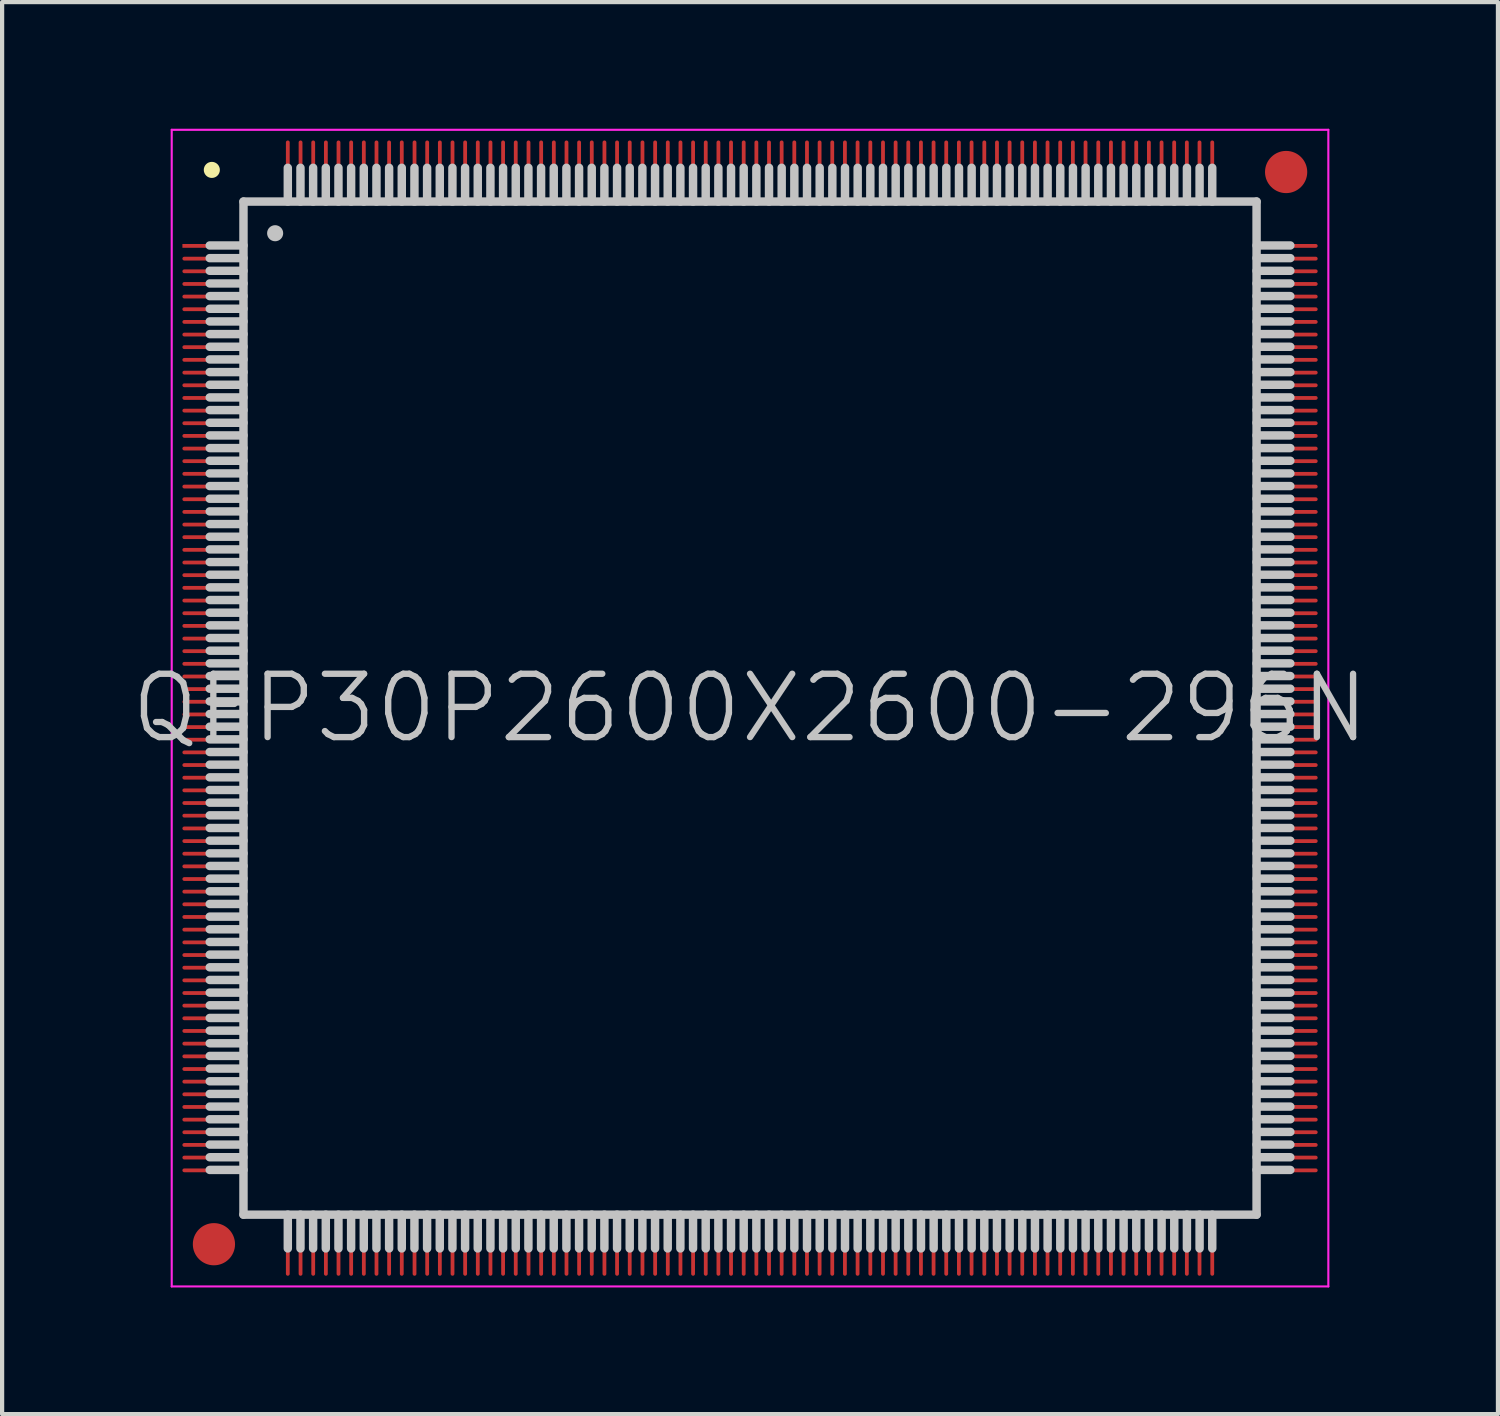
<source format=kicad_pcb>
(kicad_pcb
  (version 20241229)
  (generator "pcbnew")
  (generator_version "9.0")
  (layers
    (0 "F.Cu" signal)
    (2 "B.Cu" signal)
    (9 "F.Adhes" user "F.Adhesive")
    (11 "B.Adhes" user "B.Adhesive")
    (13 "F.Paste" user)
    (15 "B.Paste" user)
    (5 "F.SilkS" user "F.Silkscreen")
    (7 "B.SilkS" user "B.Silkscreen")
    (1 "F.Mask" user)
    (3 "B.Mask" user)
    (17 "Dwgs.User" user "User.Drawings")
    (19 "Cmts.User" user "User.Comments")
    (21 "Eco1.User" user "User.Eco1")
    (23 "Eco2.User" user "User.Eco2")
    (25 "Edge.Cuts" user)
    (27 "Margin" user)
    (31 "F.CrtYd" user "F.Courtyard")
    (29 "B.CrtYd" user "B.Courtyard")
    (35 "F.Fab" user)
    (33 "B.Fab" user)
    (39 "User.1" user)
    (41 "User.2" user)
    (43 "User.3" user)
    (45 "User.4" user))
  (footprint "QFP30P2600X2600-296N"
    (layer "F.Cu")
    (at 14.718 13.725)
    (property "Reference" "QFP30P2600X2600-296N" (at 0 0 0) (layer "Dwgs.User") (effects (font (size 1.5 1.5) (thickness 0.15))))
    (attr smd)
    (fp_line (start -12.75 -12.75) (end -12.75 -12.75) (stroke (width 0.381) (type solid)) (layer "F.SilkS"))
    (fp_line (start -12 -12) (end -12 12) (stroke (width 0.2) (type solid)) (layer "Dwgs.User"))
    (fp_line (start -12 -12) (end 12 -12) (stroke (width 0.2) (type solid)) (layer "Dwgs.User"))
    (fp_line (start -12 -10.96) (end -12.8 -10.96) (stroke (width 0.2) (type solid)) (layer "Dwgs.User"))
    (fp_line (start -12 -10.66) (end -12.8 -10.66) (stroke (width 0.2) (type solid)) (layer "Dwgs.User"))
    (fp_line (start -12 -10.36) (end -12.8 -10.36) (stroke (width 0.2) (type solid)) (layer "Dwgs.User"))
    (fp_line (start -12 -10.06) (end -12.8 -10.06) (stroke (width 0.2) (type solid)) (layer "Dwgs.User"))
    (fp_line (start -12 -9.76) (end -12.8 -9.76) (stroke (width 0.2) (type solid)) (layer "Dwgs.User"))
    (fp_line (start -12 -9.46) (end -12.8 -9.46) (stroke (width 0.2) (type solid)) (layer "Dwgs.User"))
    (fp_line (start -12 -9.16) (end -12.8 -9.16) (stroke (width 0.2) (type solid)) (layer "Dwgs.User"))
    (fp_line (start -12 -8.86) (end -12.8 -8.86) (stroke (width 0.2) (type solid)) (layer "Dwgs.User"))
    (fp_line (start -12 -8.56) (end -12.8 -8.56) (stroke (width 0.2) (type solid)) (layer "Dwgs.User"))
    (fp_line (start -12 -8.26) (end -12.8 -8.26) (stroke (width 0.2) (type solid)) (layer "Dwgs.User"))
    (fp_line (start -12 -7.96) (end -12.8 -7.96) (stroke (width 0.2) (type solid)) (layer "Dwgs.User"))
    (fp_line (start -12 -7.66) (end -12.8 -7.66) (stroke (width 0.2) (type solid)) (layer "Dwgs.User"))
    (fp_line (start -12 -7.36) (end -12.8 -7.36) (stroke (width 0.2) (type solid)) (layer "Dwgs.User"))
    (fp_line (start -12 -7.06) (end -12.8 -7.06) (stroke (width 0.2) (type solid)) (layer "Dwgs.User"))
    (fp_line (start -12 -6.76) (end -12.8 -6.76) (stroke (width 0.2) (type solid)) (layer "Dwgs.User"))
    (fp_line (start -12 -6.46) (end -12.8 -6.46) (stroke (width 0.2) (type solid)) (layer "Dwgs.User"))
    (fp_line (start -12 -6.16) (end -12.8 -6.16) (stroke (width 0.2) (type solid)) (layer "Dwgs.User"))
    (fp_line (start -12 -5.86) (end -12.8 -5.86) (stroke (width 0.2) (type solid)) (layer "Dwgs.User"))
    (fp_line (start -12 -5.56) (end -12.8 -5.56) (stroke (width 0.2) (type solid)) (layer "Dwgs.User"))
    (fp_line (start -12 -5.26) (end -12.8 -5.26) (stroke (width 0.2) (type solid)) (layer "Dwgs.User"))
    (fp_line (start -12 -4.96) (end -12.8 -4.96) (stroke (width 0.2) (type solid)) (layer "Dwgs.User"))
    (fp_line (start -12 -4.66) (end -12.8 -4.66) (stroke (width 0.2) (type solid)) (layer "Dwgs.User"))
    (fp_line (start -12 -4.36) (end -12.8 -4.36) (stroke (width 0.2) (type solid)) (layer "Dwgs.User"))
    (fp_line (start -12 -4.06) (end -12.8 -4.06) (stroke (width 0.2) (type solid)) (layer "Dwgs.User"))
    (fp_line (start -12 -3.76) (end -12.8 -3.76) (stroke (width 0.2) (type solid)) (layer "Dwgs.User"))
    (fp_line (start -12 -3.46) (end -12.8 -3.46) (stroke (width 0.2) (type solid)) (layer "Dwgs.User"))
    (fp_line (start -12 -3.16) (end -12.8 -3.16) (stroke (width 0.2) (type solid)) (layer "Dwgs.User"))
    (fp_line (start -12 -2.86) (end -12.8 -2.86) (stroke (width 0.2) (type solid)) (layer "Dwgs.User"))
    (fp_line (start -12 -2.56) (end -12.8 -2.56) (stroke (width 0.2) (type solid)) (layer "Dwgs.User"))
    (fp_line (start -12 -2.26) (end -12.8 -2.26) (stroke (width 0.2) (type solid)) (layer "Dwgs.User"))
    (fp_line (start -12 -1.96) (end -12.8 -1.96) (stroke (width 0.2) (type solid)) (layer "Dwgs.User"))
    (fp_line (start -12 -1.66) (end -12.8 -1.66) (stroke (width 0.2) (type solid)) (layer "Dwgs.User"))
    (fp_line (start -12 -1.36) (end -12.8 -1.36) (stroke (width 0.2) (type solid)) (layer "Dwgs.User"))
    (fp_line (start -12 -1.06) (end -12.8 -1.06) (stroke (width 0.2) (type solid)) (layer "Dwgs.User"))
    (fp_line (start -12 -0.76) (end -12.8 -0.76) (stroke (width 0.2) (type solid)) (layer "Dwgs.User"))
    (fp_line (start -12 -0.46) (end -12.8 -0.46) (stroke (width 0.2) (type solid)) (layer "Dwgs.User"))
    (fp_line (start -12 -0.16) (end -12.8 -0.16) (stroke (width 0.2) (type solid)) (layer "Dwgs.User"))
    (fp_line (start -12 0.14) (end -12.8 0.14) (stroke (width 0.2) (type solid)) (layer "Dwgs.User"))
    (fp_line (start -12 0.44) (end -12.8 0.44) (stroke (width 0.2) (type solid)) (layer "Dwgs.User"))
    (fp_line (start -12 0.74) (end -12.8 0.74) (stroke (width 0.2) (type solid)) (layer "Dwgs.User"))
    (fp_line (start -12 1.04) (end -12.8 1.04) (stroke (width 0.2) (type solid)) (layer "Dwgs.User"))
    (fp_line (start -12 1.34) (end -12.8 1.34) (stroke (width 0.2) (type solid)) (layer "Dwgs.User"))
    (fp_line (start -12 1.64) (end -12.8 1.64) (stroke (width 0.2) (type solid)) (layer "Dwgs.User"))
    (fp_line (start -12 1.94) (end -12.8 1.94) (stroke (width 0.2) (type solid)) (layer "Dwgs.User"))
    (fp_line (start -12 2.24) (end -12.8 2.24) (stroke (width 0.2) (type solid)) (layer "Dwgs.User"))
    (fp_line (start -12 2.54) (end -12.8 2.54) (stroke (width 0.2) (type solid)) (layer "Dwgs.User"))
    (fp_line (start -12 2.84) (end -12.8 2.84) (stroke (width 0.2) (type solid)) (layer "Dwgs.User"))
    (fp_line (start -12 3.14) (end -12.8 3.14) (stroke (width 0.2) (type solid)) (layer "Dwgs.User"))
    (fp_line (start -12 3.44) (end -12.8 3.44) (stroke (width 0.2) (type solid)) (layer "Dwgs.User"))
    (fp_line (start -12 3.74) (end -12.8 3.74) (stroke (width 0.2) (type solid)) (layer "Dwgs.User"))
    (fp_line (start -12 4.04) (end -12.8 4.04) (stroke (width 0.2) (type solid)) (layer "Dwgs.User"))
    (fp_line (start -12 4.34) (end -12.8 4.34) (stroke (width 0.2) (type solid)) (layer "Dwgs.User"))
    (fp_line (start -12 4.64) (end -12.8 4.64) (stroke (width 0.2) (type solid)) (layer "Dwgs.User"))
    (fp_line (start -12 4.94) (end -12.8 4.94) (stroke (width 0.2) (type solid)) (layer "Dwgs.User"))
    (fp_line (start -12 5.24) (end -12.8 5.24) (stroke (width 0.2) (type solid)) (layer "Dwgs.User"))
    (fp_line (start -12 5.54) (end -12.8 5.54) (stroke (width 0.2) (type solid)) (layer "Dwgs.User"))
    (fp_line (start -12 5.84) (end -12.8 5.84) (stroke (width 0.2) (type solid)) (layer "Dwgs.User"))
    (fp_line (start -12 6.14) (end -12.8 6.14) (stroke (width 0.2) (type solid)) (layer "Dwgs.User"))
    (fp_line (start -12 6.44) (end -12.8 6.44) (stroke (width 0.2) (type solid)) (layer "Dwgs.User"))
    (fp_line (start -12 6.74) (end -12.8 6.74) (stroke (width 0.2) (type solid)) (layer "Dwgs.User"))
    (fp_line (start -12 7.04) (end -12.8 7.04) (stroke (width 0.2) (type solid)) (layer "Dwgs.User"))
    (fp_line (start -12 7.34) (end -12.8 7.34) (stroke (width 0.2) (type solid)) (layer "Dwgs.User"))
    (fp_line (start -12 7.64) (end -12.8 7.64) (stroke (width 0.2) (type solid)) (layer "Dwgs.User"))
    (fp_line (start -12 7.94) (end -12.8 7.94) (stroke (width 0.2) (type solid)) (layer "Dwgs.User"))
    (fp_line (start -12 8.24) (end -12.8 8.24) (stroke (width 0.2) (type solid)) (layer "Dwgs.User"))
    (fp_line (start -12 8.54) (end -12.8 8.54) (stroke (width 0.2) (type solid)) (layer "Dwgs.User"))
    (fp_line (start -12 8.84) (end -12.8 8.84) (stroke (width 0.2) (type solid)) (layer "Dwgs.User"))
    (fp_line (start -12 9.14) (end -12.8 9.14) (stroke (width 0.2) (type solid)) (layer "Dwgs.User"))
    (fp_line (start -12 9.44) (end -12.8 9.44) (stroke (width 0.2) (type solid)) (layer "Dwgs.User"))
    (fp_line (start -12 9.74) (end -12.8 9.74) (stroke (width 0.2) (type solid)) (layer "Dwgs.User"))
    (fp_line (start -12 10.04) (end -12.8 10.04) (stroke (width 0.2) (type solid)) (layer "Dwgs.User"))
    (fp_line (start -12 10.34) (end -12.8 10.34) (stroke (width 0.2) (type solid)) (layer "Dwgs.User"))
    (fp_line (start -12 10.64) (end -12.8 10.64) (stroke (width 0.2) (type solid)) (layer "Dwgs.User"))
    (fp_line (start -12 10.94) (end -12.8 10.94) (stroke (width 0.2) (type solid)) (layer "Dwgs.User"))
    (fp_line (start -12 12) (end 12 12) (stroke (width 0.2) (type solid)) (layer "Dwgs.User"))
    (fp_line (start -11.25 -11.25) (end -11.25 -11.25) (stroke (width 0.381) (type solid)) (layer "Dwgs.User"))
    (fp_line (start -10.95 -12) (end -10.95 -12.8) (stroke (width 0.2) (type solid)) (layer "Dwgs.User"))
    (fp_line (start -10.95 12.8) (end -10.95 12) (stroke (width 0.2) (type solid)) (layer "Dwgs.User"))
    (fp_line (start -10.65 -12) (end -10.65 -12.8) (stroke (width 0.2) (type solid)) (layer "Dwgs.User"))
    (fp_line (start -10.65 12.8) (end -10.65 12) (stroke (width 0.2) (type solid)) (layer "Dwgs.User"))
    (fp_line (start -10.35 -12) (end -10.35 -12.8) (stroke (width 0.2) (type solid)) (layer "Dwgs.User"))
    (fp_line (start -10.35 12.8) (end -10.35 12) (stroke (width 0.2) (type solid)) (layer "Dwgs.User"))
    (fp_line (start -10.05 -12) (end -10.05 -12.8) (stroke (width 0.2) (type solid)) (layer "Dwgs.User"))
    (fp_line (start -10.05 12.8) (end -10.05 12) (stroke (width 0.2) (type solid)) (layer "Dwgs.User"))
    (fp_line (start -9.75 -12) (end -9.75 -12.8) (stroke (width 0.2) (type solid)) (layer "Dwgs.User"))
    (fp_line (start -9.75 12.8) (end -9.75 12) (stroke (width 0.2) (type solid)) (layer "Dwgs.User"))
    (fp_line (start -9.45 -12) (end -9.45 -12.8) (stroke (width 0.2) (type solid)) (layer "Dwgs.User"))
    (fp_line (start -9.45 12.8) (end -9.45 12) (stroke (width 0.2) (type solid)) (layer "Dwgs.User"))
    (fp_line (start -9.15 -12) (end -9.15 -12.8) (stroke (width 0.2) (type solid)) (layer "Dwgs.User"))
    (fp_line (start -9.15 12.8) (end -9.15 12) (stroke (width 0.2) (type solid)) (layer "Dwgs.User"))
    (fp_line (start -8.85 -12) (end -8.85 -12.8) (stroke (width 0.2) (type solid)) (layer "Dwgs.User"))
    (fp_line (start -8.85 12.8) (end -8.85 12) (stroke (width 0.2) (type solid)) (layer "Dwgs.User"))
    (fp_line (start -8.55 -12) (end -8.55 -12.8) (stroke (width 0.2) (type solid)) (layer "Dwgs.User"))
    (fp_line (start -8.55 12.8) (end -8.55 12) (stroke (width 0.2) (type solid)) (layer "Dwgs.User"))
    (fp_line (start -8.25 -12) (end -8.25 -12.8) (stroke (width 0.2) (type solid)) (layer "Dwgs.User"))
    (fp_line (start -8.25 12.8) (end -8.25 12) (stroke (width 0.2) (type solid)) (layer "Dwgs.User"))
    (fp_line (start -7.95 -12) (end -7.95 -12.8) (stroke (width 0.2) (type solid)) (layer "Dwgs.User"))
    (fp_line (start -7.95 12.8) (end -7.95 12) (stroke (width 0.2) (type solid)) (layer "Dwgs.User"))
    (fp_line (start -7.65 -12) (end -7.65 -12.8) (stroke (width 0.2) (type solid)) (layer "Dwgs.User"))
    (fp_line (start -7.65 12.8) (end -7.65 12) (stroke (width 0.2) (type solid)) (layer "Dwgs.User"))
    (fp_line (start -7.35 -12) (end -7.35 -12.8) (stroke (width 0.2) (type solid)) (layer "Dwgs.User"))
    (fp_line (start -7.35 12.8) (end -7.35 12) (stroke (width 0.2) (type solid)) (layer "Dwgs.User"))
    (fp_line (start -7.05 -12) (end -7.05 -12.8) (stroke (width 0.2) (type solid)) (layer "Dwgs.User"))
    (fp_line (start -7.05 12.8) (end -7.05 12) (stroke (width 0.2) (type solid)) (layer "Dwgs.User"))
    (fp_line (start -6.75 -12) (end -6.75 -12.8) (stroke (width 0.2) (type solid)) (layer "Dwgs.User"))
    (fp_line (start -6.75 12.8) (end -6.75 12) (stroke (width 0.2) (type solid)) (layer "Dwgs.User"))
    (fp_line (start -6.45 -12) (end -6.45 -12.8) (stroke (width 0.2) (type solid)) (layer "Dwgs.User"))
    (fp_line (start -6.45 12.8) (end -6.45 12) (stroke (width 0.2) (type solid)) (layer "Dwgs.User"))
    (fp_line (start -6.15 -12) (end -6.15 -12.8) (stroke (width 0.2) (type solid)) (layer "Dwgs.User"))
    (fp_line (start -6.15 12.8) (end -6.15 12) (stroke (width 0.2) (type solid)) (layer "Dwgs.User"))
    (fp_line (start -5.85 -12) (end -5.85 -12.8) (stroke (width 0.2) (type solid)) (layer "Dwgs.User"))
    (fp_line (start -5.85 12.8) (end -5.85 12) (stroke (width 0.2) (type solid)) (layer "Dwgs.User"))
    (fp_line (start -5.55 -12) (end -5.55 -12.8) (stroke (width 0.2) (type solid)) (layer "Dwgs.User"))
    (fp_line (start -5.55 12.8) (end -5.55 12) (stroke (width 0.2) (type solid)) (layer "Dwgs.User"))
    (fp_line (start -5.25 -12) (end -5.25 -12.8) (stroke (width 0.2) (type solid)) (layer "Dwgs.User"))
    (fp_line (start -5.25 12.8) (end -5.25 12) (stroke (width 0.2) (type solid)) (layer "Dwgs.User"))
    (fp_line (start -4.95 -12) (end -4.95 -12.8) (stroke (width 0.2) (type solid)) (layer "Dwgs.User"))
    (fp_line (start -4.95 12.8) (end -4.95 12) (stroke (width 0.2) (type solid)) (layer "Dwgs.User"))
    (fp_line (start -4.65 -12) (end -4.65 -12.8) (stroke (width 0.2) (type solid)) (layer "Dwgs.User"))
    (fp_line (start -4.65 12.8) (end -4.65 12) (stroke (width 0.2) (type solid)) (layer "Dwgs.User"))
    (fp_line (start -4.35 -12) (end -4.35 -12.8) (stroke (width 0.2) (type solid)) (layer "Dwgs.User"))
    (fp_line (start -4.35 12.8) (end -4.35 12) (stroke (width 0.2) (type solid)) (layer "Dwgs.User"))
    (fp_line (start -4.05 -12) (end -4.05 -12.8) (stroke (width 0.2) (type solid)) (layer "Dwgs.User"))
    (fp_line (start -4.05 12.8) (end -4.05 12) (stroke (width 0.2) (type solid)) (layer "Dwgs.User"))
    (fp_line (start -3.75 -12) (end -3.75 -12.8) (stroke (width 0.2) (type solid)) (layer "Dwgs.User"))
    (fp_line (start -3.75 12.8) (end -3.75 12) (stroke (width 0.2) (type solid)) (layer "Dwgs.User"))
    (fp_line (start -3.45 -12) (end -3.45 -12.8) (stroke (width 0.2) (type solid)) (layer "Dwgs.User"))
    (fp_line (start -3.45 12.8) (end -3.45 12) (stroke (width 0.2) (type solid)) (layer "Dwgs.User"))
    (fp_line (start -3.15 -12) (end -3.15 -12.8) (stroke (width 0.2) (type solid)) (layer "Dwgs.User"))
    (fp_line (start -3.15 12.8) (end -3.15 12) (stroke (width 0.2) (type solid)) (layer "Dwgs.User"))
    (fp_line (start -2.85 -12) (end -2.85 -12.8) (stroke (width 0.2) (type solid)) (layer "Dwgs.User"))
    (fp_line (start -2.85 12.8) (end -2.85 12) (stroke (width 0.2) (type solid)) (layer "Dwgs.User"))
    (fp_line (start -2.55 -12) (end -2.55 -12.8) (stroke (width 0.2) (type solid)) (layer "Dwgs.User"))
    (fp_line (start -2.55 12.8) (end -2.55 12) (stroke (width 0.2) (type solid)) (layer "Dwgs.User"))
    (fp_line (start -2.25 -12) (end -2.25 -12.8) (stroke (width 0.2) (type solid)) (layer "Dwgs.User"))
    (fp_line (start -2.25 12.8) (end -2.25 12) (stroke (width 0.2) (type solid)) (layer "Dwgs.User"))
    (fp_line (start -1.95 -12) (end -1.95 -12.8) (stroke (width 0.2) (type solid)) (layer "Dwgs.User"))
    (fp_line (start -1.95 12.8) (end -1.95 12) (stroke (width 0.2) (type solid)) (layer "Dwgs.User"))
    (fp_line (start -1.65 -12) (end -1.65 -12.8) (stroke (width 0.2) (type solid)) (layer "Dwgs.User"))
    (fp_line (start -1.65 12.8) (end -1.65 12) (stroke (width 0.2) (type solid)) (layer "Dwgs.User"))
    (fp_line (start -1.35 -12) (end -1.35 -12.8) (stroke (width 0.2) (type solid)) (layer "Dwgs.User"))
    (fp_line (start -1.35 12.8) (end -1.35 12) (stroke (width 0.2) (type solid)) (layer "Dwgs.User"))
    (fp_line (start -1.05 -12) (end -1.05 -12.8) (stroke (width 0.2) (type solid)) (layer "Dwgs.User"))
    (fp_line (start -1.05 12.8) (end -1.05 12) (stroke (width 0.2) (type solid)) (layer "Dwgs.User"))
    (fp_line (start -0.75 -12) (end -0.75 -12.8) (stroke (width 0.2) (type solid)) (layer "Dwgs.User"))
    (fp_line (start -0.75 12.8) (end -0.75 12) (stroke (width 0.2) (type solid)) (layer "Dwgs.User"))
    (fp_line (start -0.45 -12) (end -0.45 -12.8) (stroke (width 0.2) (type solid)) (layer "Dwgs.User"))
    (fp_line (start -0.45 12.8) (end -0.45 12) (stroke (width 0.2) (type solid)) (layer "Dwgs.User"))
    (fp_line (start -0.15 -12) (end -0.15 -12.8) (stroke (width 0.2) (type solid)) (layer "Dwgs.User"))
    (fp_line (start -0.15 12.8) (end -0.15 12) (stroke (width 0.2) (type solid)) (layer "Dwgs.User"))
    (fp_line (start 0.15 -12) (end 0.15 -12.8) (stroke (width 0.2) (type solid)) (layer "Dwgs.User"))
    (fp_line (start 0.15 12.8) (end 0.15 12) (stroke (width 0.2) (type solid)) (layer "Dwgs.User"))
    (fp_line (start 0.45 -12) (end 0.45 -12.8) (stroke (width 0.2) (type solid)) (layer "Dwgs.User"))
    (fp_line (start 0.45 12.8) (end 0.45 12) (stroke (width 0.2) (type solid)) (layer "Dwgs.User"))
    (fp_line (start 0.75 -12) (end 0.75 -12.8) (stroke (width 0.2) (type solid)) (layer "Dwgs.User"))
    (fp_line (start 0.75 12.8) (end 0.75 12) (stroke (width 0.2) (type solid)) (layer "Dwgs.User"))
    (fp_line (start 1.05 -12) (end 1.05 -12.8) (stroke (width 0.2) (type solid)) (layer "Dwgs.User"))
    (fp_line (start 1.05 12.8) (end 1.05 12) (stroke (width 0.2) (type solid)) (layer "Dwgs.User"))
    (fp_line (start 1.35 -12) (end 1.35 -12.8) (stroke (width 0.2) (type solid)) (layer "Dwgs.User"))
    (fp_line (start 1.35 12.8) (end 1.35 12) (stroke (width 0.2) (type solid)) (layer "Dwgs.User"))
    (fp_line (start 1.65 -12) (end 1.65 -12.8) (stroke (width 0.2) (type solid)) (layer "Dwgs.User"))
    (fp_line (start 1.65 12.8) (end 1.65 12) (stroke (width 0.2) (type solid)) (layer "Dwgs.User"))
    (fp_line (start 1.95 -12) (end 1.95 -12.8) (stroke (width 0.2) (type solid)) (layer "Dwgs.User"))
    (fp_line (start 1.95 12.8) (end 1.95 12) (stroke (width 0.2) (type solid)) (layer "Dwgs.User"))
    (fp_line (start 2.25 -12) (end 2.25 -12.8) (stroke (width 0.2) (type solid)) (layer "Dwgs.User"))
    (fp_line (start 2.25 12.8) (end 2.25 12) (stroke (width 0.2) (type solid)) (layer "Dwgs.User"))
    (fp_line (start 2.55 -12) (end 2.55 -12.8) (stroke (width 0.2) (type solid)) (layer "Dwgs.User"))
    (fp_line (start 2.55 12.8) (end 2.55 12) (stroke (width 0.2) (type solid)) (layer "Dwgs.User"))
    (fp_line (start 2.85 -12) (end 2.85 -12.8) (stroke (width 0.2) (type solid)) (layer "Dwgs.User"))
    (fp_line (start 2.85 12.8) (end 2.85 12) (stroke (width 0.2) (type solid)) (layer "Dwgs.User"))
    (fp_line (start 3.15 -12) (end 3.15 -12.8) (stroke (width 0.2) (type solid)) (layer "Dwgs.User"))
    (fp_line (start 3.15 12.8) (end 3.15 12) (stroke (width 0.2) (type solid)) (layer "Dwgs.User"))
    (fp_line (start 3.45 -12) (end 3.45 -12.8) (stroke (width 0.2) (type solid)) (layer "Dwgs.User"))
    (fp_line (start 3.45 12.8) (end 3.45 12) (stroke (width 0.2) (type solid)) (layer "Dwgs.User"))
    (fp_line (start 3.75 -12) (end 3.75 -12.8) (stroke (width 0.2) (type solid)) (layer "Dwgs.User"))
    (fp_line (start 3.75 12.8) (end 3.75 12) (stroke (width 0.2) (type solid)) (layer "Dwgs.User"))
    (fp_line (start 4.05 -12) (end 4.05 -12.8) (stroke (width 0.2) (type solid)) (layer "Dwgs.User"))
    (fp_line (start 4.05 12.8) (end 4.05 12) (stroke (width 0.2) (type solid)) (layer "Dwgs.User"))
    (fp_line (start 4.35 -12) (end 4.35 -12.8) (stroke (width 0.2) (type solid)) (layer "Dwgs.User"))
    (fp_line (start 4.35 12.8) (end 4.35 12) (stroke (width 0.2) (type solid)) (layer "Dwgs.User"))
    (fp_line (start 4.65 -12) (end 4.65 -12.8) (stroke (width 0.2) (type solid)) (layer "Dwgs.User"))
    (fp_line (start 4.65 12.8) (end 4.65 12) (stroke (width 0.2) (type solid)) (layer "Dwgs.User"))
    (fp_line (start 4.95 -12) (end 4.95 -12.8) (stroke (width 0.2) (type solid)) (layer "Dwgs.User"))
    (fp_line (start 4.95 12.8) (end 4.95 12) (stroke (width 0.2) (type solid)) (layer "Dwgs.User"))
    (fp_line (start 5.25 -12) (end 5.25 -12.8) (stroke (width 0.2) (type solid)) (layer "Dwgs.User"))
    (fp_line (start 5.25 12.8) (end 5.25 12) (stroke (width 0.2) (type solid)) (layer "Dwgs.User"))
    (fp_line (start 5.55 -12) (end 5.55 -12.8) (stroke (width 0.2) (type solid)) (layer "Dwgs.User"))
    (fp_line (start 5.55 12.8) (end 5.55 12) (stroke (width 0.2) (type solid)) (layer "Dwgs.User"))
    (fp_line (start 5.85 -12) (end 5.85 -12.8) (stroke (width 0.2) (type solid)) (layer "Dwgs.User"))
    (fp_line (start 5.85 12.8) (end 5.85 12) (stroke (width 0.2) (type solid)) (layer "Dwgs.User"))
    (fp_line (start 6.15 -12) (end 6.15 -12.8) (stroke (width 0.2) (type solid)) (layer "Dwgs.User"))
    (fp_line (start 6.15 12.8) (end 6.15 12) (stroke (width 0.2) (type solid)) (layer "Dwgs.User"))
    (fp_line (start 6.45 -12) (end 6.45 -12.8) (stroke (width 0.2) (type solid)) (layer "Dwgs.User"))
    (fp_line (start 6.45 12.8) (end 6.45 12) (stroke (width 0.2) (type solid)) (layer "Dwgs.User"))
    (fp_line (start 6.75 -12) (end 6.75 -12.8) (stroke (width 0.2) (type solid)) (layer "Dwgs.User"))
    (fp_line (start 6.75 12.8) (end 6.75 12) (stroke (width 0.2) (type solid)) (layer "Dwgs.User"))
    (fp_line (start 7.05 -12) (end 7.05 -12.8) (stroke (width 0.2) (type solid)) (layer "Dwgs.User"))
    (fp_line (start 7.05 12.8) (end 7.05 12) (stroke (width 0.2) (type solid)) (layer "Dwgs.User"))
    (fp_line (start 7.35 -12) (end 7.35 -12.8) (stroke (width 0.2) (type solid)) (layer "Dwgs.User"))
    (fp_line (start 7.35 12.8) (end 7.35 12) (stroke (width 0.2) (type solid)) (layer "Dwgs.User"))
    (fp_line (start 7.65 -12) (end 7.65 -12.8) (stroke (width 0.2) (type solid)) (layer "Dwgs.User"))
    (fp_line (start 7.65 12.8) (end 7.65 12) (stroke (width 0.2) (type solid)) (layer "Dwgs.User"))
    (fp_line (start 7.95 -12) (end 7.95 -12.8) (stroke (width 0.2) (type solid)) (layer "Dwgs.User"))
    (fp_line (start 7.95 12.8) (end 7.95 12) (stroke (width 0.2) (type solid)) (layer "Dwgs.User"))
    (fp_line (start 8.25 -12) (end 8.25 -12.8) (stroke (width 0.2) (type solid)) (layer "Dwgs.User"))
    (fp_line (start 8.25 12.8) (end 8.25 12) (stroke (width 0.2) (type solid)) (layer "Dwgs.User"))
    (fp_line (start 8.55 -12) (end 8.55 -12.8) (stroke (width 0.2) (type solid)) (layer "Dwgs.User"))
    (fp_line (start 8.55 12.8) (end 8.55 12) (stroke (width 0.2) (type solid)) (layer "Dwgs.User"))
    (fp_line (start 8.85 -12) (end 8.85 -12.8) (stroke (width 0.2) (type solid)) (layer "Dwgs.User"))
    (fp_line (start 8.85 12.8) (end 8.85 12) (stroke (width 0.2) (type solid)) (layer "Dwgs.User"))
    (fp_line (start 9.15 -12) (end 9.15 -12.8) (stroke (width 0.2) (type solid)) (layer "Dwgs.User"))
    (fp_line (start 9.15 12.8) (end 9.15 12) (stroke (width 0.2) (type solid)) (layer "Dwgs.User"))
    (fp_line (start 9.45 -12) (end 9.45 -12.8) (stroke (width 0.2) (type solid)) (layer "Dwgs.User"))
    (fp_line (start 9.45 12.8) (end 9.45 12) (stroke (width 0.2) (type solid)) (layer "Dwgs.User"))
    (fp_line (start 9.75 -12) (end 9.75 -12.8) (stroke (width 0.2) (type solid)) (layer "Dwgs.User"))
    (fp_line (start 9.75 12.8) (end 9.75 12) (stroke (width 0.2) (type solid)) (layer "Dwgs.User"))
    (fp_line (start 10.05 -12) (end 10.05 -12.8) (stroke (width 0.2) (type solid)) (layer "Dwgs.User"))
    (fp_line (start 10.05 12.8) (end 10.05 12) (stroke (width 0.2) (type solid)) (layer "Dwgs.User"))
    (fp_line (start 10.35 -12) (end 10.35 -12.8) (stroke (width 0.2) (type solid)) (layer "Dwgs.User"))
    (fp_line (start 10.35 12.8) (end 10.35 12) (stroke (width 0.2) (type solid)) (layer "Dwgs.User"))
    (fp_line (start 10.65 -12) (end 10.65 -12.8) (stroke (width 0.2) (type solid)) (layer "Dwgs.User"))
    (fp_line (start 10.65 12.8) (end 10.65 12) (stroke (width 0.2) (type solid)) (layer "Dwgs.User"))
    (fp_line (start 10.95 -12) (end 10.95 -12.8) (stroke (width 0.2) (type solid)) (layer "Dwgs.User"))
    (fp_line (start 10.95 12.8) (end 10.95 12) (stroke (width 0.2) (type solid)) (layer "Dwgs.User"))
    (fp_line (start 12 -12) (end 12 12) (stroke (width 0.2) (type solid)) (layer "Dwgs.User"))
    (fp_line (start 12.8 -10.96) (end 12 -10.96) (stroke (width 0.2) (type solid)) (layer "Dwgs.User"))
    (fp_line (start 12.8 -10.66) (end 12 -10.66) (stroke (width 0.2) (type solid)) (layer "Dwgs.User"))
    (fp_line (start 12.8 -10.36) (end 12 -10.36) (stroke (width 0.2) (type solid)) (layer "Dwgs.User"))
    (fp_line (start 12.8 -10.06) (end 12 -10.06) (stroke (width 0.2) (type solid)) (layer "Dwgs.User"))
    (fp_line (start 12.8 -9.76) (end 12 -9.76) (stroke (width 0.2) (type solid)) (layer "Dwgs.User"))
    (fp_line (start 12.8 -9.46) (end 12 -9.46) (stroke (width 0.2) (type solid)) (layer "Dwgs.User"))
    (fp_line (start 12.8 -9.16) (end 12 -9.16) (stroke (width 0.2) (type solid)) (layer "Dwgs.User"))
    (fp_line (start 12.8 -8.86) (end 12 -8.86) (stroke (width 0.2) (type solid)) (layer "Dwgs.User"))
    (fp_line (start 12.8 -8.56) (end 12 -8.56) (stroke (width 0.2) (type solid)) (layer "Dwgs.User"))
    (fp_line (start 12.8 -8.26) (end 12 -8.26) (stroke (width 0.2) (type solid)) (layer "Dwgs.User"))
    (fp_line (start 12.8 -7.96) (end 12 -7.96) (stroke (width 0.2) (type solid)) (layer "Dwgs.User"))
    (fp_line (start 12.8 -7.66) (end 12 -7.66) (stroke (width 0.2) (type solid)) (layer "Dwgs.User"))
    (fp_line (start 12.8 -7.36) (end 12 -7.36) (stroke (width 0.2) (type solid)) (layer "Dwgs.User"))
    (fp_line (start 12.8 -7.06) (end 12 -7.06) (stroke (width 0.2) (type solid)) (layer "Dwgs.User"))
    (fp_line (start 12.8 -6.76) (end 12 -6.76) (stroke (width 0.2) (type solid)) (layer "Dwgs.User"))
    (fp_line (start 12.8 -6.46) (end 12 -6.46) (stroke (width 0.2) (type solid)) (layer "Dwgs.User"))
    (fp_line (start 12.8 -6.16) (end 12 -6.16) (stroke (width 0.2) (type solid)) (layer "Dwgs.User"))
    (fp_line (start 12.8 -5.86) (end 12 -5.86) (stroke (width 0.2) (type solid)) (layer "Dwgs.User"))
    (fp_line (start 12.8 -5.56) (end 12 -5.56) (stroke (width 0.2) (type solid)) (layer "Dwgs.User"))
    (fp_line (start 12.8 -5.26) (end 12 -5.26) (stroke (width 0.2) (type solid)) (layer "Dwgs.User"))
    (fp_line (start 12.8 -4.96) (end 12 -4.96) (stroke (width 0.2) (type solid)) (layer "Dwgs.User"))
    (fp_line (start 12.8 -4.66) (end 12 -4.66) (stroke (width 0.2) (type solid)) (layer "Dwgs.User"))
    (fp_line (start 12.8 -4.36) (end 12 -4.36) (stroke (width 0.2) (type solid)) (layer "Dwgs.User"))
    (fp_line (start 12.8 -4.06) (end 12 -4.06) (stroke (width 0.2) (type solid)) (layer "Dwgs.User"))
    (fp_line (start 12.8 -3.76) (end 12 -3.76) (stroke (width 0.2) (type solid)) (layer "Dwgs.User"))
    (fp_line (start 12.8 -3.46) (end 12 -3.46) (stroke (width 0.2) (type solid)) (layer "Dwgs.User"))
    (fp_line (start 12.8 -3.16) (end 12 -3.16) (stroke (width 0.2) (type solid)) (layer "Dwgs.User"))
    (fp_line (start 12.8 -2.86) (end 12 -2.86) (stroke (width 0.2) (type solid)) (layer "Dwgs.User"))
    (fp_line (start 12.8 -2.56) (end 12 -2.56) (stroke (width 0.2) (type solid)) (layer "Dwgs.User"))
    (fp_line (start 12.8 -2.26) (end 12 -2.26) (stroke (width 0.2) (type solid)) (layer "Dwgs.User"))
    (fp_line (start 12.8 -1.96) (end 12 -1.96) (stroke (width 0.2) (type solid)) (layer "Dwgs.User"))
    (fp_line (start 12.8 -1.66) (end 12 -1.66) (stroke (width 0.2) (type solid)) (layer "Dwgs.User"))
    (fp_line (start 12.8 -1.36) (end 12 -1.36) (stroke (width 0.2) (type solid)) (layer "Dwgs.User"))
    (fp_line (start 12.8 -1.06) (end 12 -1.06) (stroke (width 0.2) (type solid)) (layer "Dwgs.User"))
    (fp_line (start 12.8 -0.76) (end 12 -0.76) (stroke (width 0.2) (type solid)) (layer "Dwgs.User"))
    (fp_line (start 12.8 -0.46) (end 12 -0.46) (stroke (width 0.2) (type solid)) (layer "Dwgs.User"))
    (fp_line (start 12.8 -0.16) (end 12 -0.16) (stroke (width 0.2) (type solid)) (layer "Dwgs.User"))
    (fp_line (start 12.8 0.14) (end 12 0.14) (stroke (width 0.2) (type solid)) (layer "Dwgs.User"))
    (fp_line (start 12.8 0.44) (end 12 0.44) (stroke (width 0.2) (type solid)) (layer "Dwgs.User"))
    (fp_line (start 12.8 0.74) (end 12 0.74) (stroke (width 0.2) (type solid)) (layer "Dwgs.User"))
    (fp_line (start 12.8 1.04) (end 12 1.04) (stroke (width 0.2) (type solid)) (layer "Dwgs.User"))
    (fp_line (start 12.8 1.34) (end 12 1.34) (stroke (width 0.2) (type solid)) (layer "Dwgs.User"))
    (fp_line (start 12.8 1.64) (end 12 1.64) (stroke (width 0.2) (type solid)) (layer "Dwgs.User"))
    (fp_line (start 12.8 1.94) (end 12 1.94) (stroke (width 0.2) (type solid)) (layer "Dwgs.User"))
    (fp_line (start 12.8 2.24) (end 12 2.24) (stroke (width 0.2) (type solid)) (layer "Dwgs.User"))
    (fp_line (start 12.8 2.54) (end 12 2.54) (stroke (width 0.2) (type solid)) (layer "Dwgs.User"))
    (fp_line (start 12.8 2.84) (end 12 2.84) (stroke (width 0.2) (type solid)) (layer "Dwgs.User"))
    (fp_line (start 12.8 3.14) (end 12 3.14) (stroke (width 0.2) (type solid)) (layer "Dwgs.User"))
    (fp_line (start 12.8 3.44) (end 12 3.44) (stroke (width 0.2) (type solid)) (layer "Dwgs.User"))
    (fp_line (start 12.8 3.74) (end 12 3.74) (stroke (width 0.2) (type solid)) (layer "Dwgs.User"))
    (fp_line (start 12.8 4.04) (end 12 4.04) (stroke (width 0.2) (type solid)) (layer "Dwgs.User"))
    (fp_line (start 12.8 4.34) (end 12 4.34) (stroke (width 0.2) (type solid)) (layer "Dwgs.User"))
    (fp_line (start 12.8 4.64) (end 12 4.64) (stroke (width 0.2) (type solid)) (layer "Dwgs.User"))
    (fp_line (start 12.8 4.94) (end 12 4.94) (stroke (width 0.2) (type solid)) (layer "Dwgs.User"))
    (fp_line (start 12.8 5.24) (end 12 5.24) (stroke (width 0.2) (type solid)) (layer "Dwgs.User"))
    (fp_line (start 12.8 5.54) (end 12 5.54) (stroke (width 0.2) (type solid)) (layer "Dwgs.User"))
    (fp_line (start 12.8 5.84) (end 12 5.84) (stroke (width 0.2) (type solid)) (layer "Dwgs.User"))
    (fp_line (start 12.8 6.14) (end 12 6.14) (stroke (width 0.2) (type solid)) (layer "Dwgs.User"))
    (fp_line (start 12.8 6.44) (end 12 6.44) (stroke (width 0.2) (type solid)) (layer "Dwgs.User"))
    (fp_line (start 12.8 6.74) (end 12 6.74) (stroke (width 0.2) (type solid)) (layer "Dwgs.User"))
    (fp_line (start 12.8 7.04) (end 12 7.04) (stroke (width 0.2) (type solid)) (layer "Dwgs.User"))
    (fp_line (start 12.8 7.34) (end 12 7.34) (stroke (width 0.2) (type solid)) (layer "Dwgs.User"))
    (fp_line (start 12.8 7.64) (end 12 7.64) (stroke (width 0.2) (type solid)) (layer "Dwgs.User"))
    (fp_line (start 12.8 7.94) (end 12 7.94) (stroke (width 0.2) (type solid)) (layer "Dwgs.User"))
    (fp_line (start 12.8 8.24) (end 12 8.24) (stroke (width 0.2) (type solid)) (layer "Dwgs.User"))
    (fp_line (start 12.8 8.54) (end 12 8.54) (stroke (width 0.2) (type solid)) (layer "Dwgs.User"))
    (fp_line (start 12.8 8.84) (end 12 8.84) (stroke (width 0.2) (type solid)) (layer "Dwgs.User"))
    (fp_line (start 12.8 9.14) (end 12 9.14) (stroke (width 0.2) (type solid)) (layer "Dwgs.User"))
    (fp_line (start 12.8 9.44) (end 12 9.44) (stroke (width 0.2) (type solid)) (layer "Dwgs.User"))
    (fp_line (start 12.8 9.74) (end 12 9.74) (stroke (width 0.2) (type solid)) (layer "Dwgs.User"))
    (fp_line (start 12.8 10.04) (end 12 10.04) (stroke (width 0.2) (type solid)) (layer "Dwgs.User"))
    (fp_line (start 12.8 10.34) (end 12 10.34) (stroke (width 0.2) (type solid)) (layer "Dwgs.User"))
    (fp_line (start 12.8 10.64) (end 12 10.64) (stroke (width 0.2) (type solid)) (layer "Dwgs.User"))
    (fp_line (start 12.8 10.94) (end 12 10.94) (stroke (width 0.2) (type solid)) (layer "Dwgs.User"))
    (fp_line (start -13.7 -13.7) (end -13.7 13.7) (stroke (width 0.05) (type solid)) (layer "F.CrtYd"))
    (fp_line (start -13.7 -13.7) (end 13.7 -13.7) (stroke (width 0.05) (type solid)) (layer "F.CrtYd"))
    (fp_line (start -13.7 13.7) (end 13.7 13.7) (stroke (width 0.05) (type solid)) (layer "F.CrtYd"))
    (fp_line (start 13.7 -13.7) (end 13.7 13.7) (stroke (width 0.05) (type solid)) (layer "F.CrtYd"))
    (pad "" smd circle (at -12.7 12.7) (size 1 1) (layers "F.Cu" "F.Mask"))
    (pad "" smd circle (at 12.7 -12.7) (size 1 1) (layers "F.Cu" "F.Mask"))
    (pad "1" smd rect (at -12.697 -10.95 90) (size 0.09 1.5) (layers "F.Cu" "F.Mask" "F.Paste"))
    (pad "2" smd oval (at -12.697 -10.648 90) (size 0.09 1.5) (layers "F.Cu" "F.Mask" "F.Paste"))
    (pad "3" smd oval (at -12.697 -10.348 90) (size 0.09 1.5) (layers "F.Cu" "F.Mask" "F.Paste"))
    (pad "4" smd oval (at -12.697 -10.048 90) (size 0.09 1.5) (layers "F.Cu" "F.Mask" "F.Paste"))
    (pad "5" smd oval (at -12.697 -9.749 90) (size 0.09 1.5) (layers "F.Cu" "F.Mask" "F.Paste"))
    (pad "6" smd oval (at -12.697 -9.449 90) (size 0.09 1.5) (layers "F.Cu" "F.Mask" "F.Paste"))
    (pad "7" smd oval (at -12.697 -9.149 90) (size 0.09 1.5) (layers "F.Cu" "F.Mask" "F.Paste"))
    (pad "8" smd oval (at -12.697 -8.849 90) (size 0.09 1.5) (layers "F.Cu" "F.Mask" "F.Paste"))
    (pad "9" smd oval (at -12.697 -8.55 90) (size 0.09 1.5) (layers "F.Cu" "F.Mask" "F.Paste"))
    (pad "10" smd oval (at -12.697 -8.25 90) (size 0.09 1.5) (layers "F.Cu" "F.Mask" "F.Paste"))
    (pad "11" smd oval (at -12.697 -7.948 90) (size 0.09 1.5) (layers "F.Cu" "F.Mask" "F.Paste"))
    (pad "12" smd oval (at -12.697 -7.648 90) (size 0.09 1.5) (layers "F.Cu" "F.Mask" "F.Paste"))
    (pad "13" smd oval (at -12.697 -7.348 90) (size 0.09 1.5) (layers "F.Cu" "F.Mask" "F.Paste"))
    (pad "14" smd oval (at -12.697 -7.048 90) (size 0.09 1.5) (layers "F.Cu" "F.Mask" "F.Paste"))
    (pad "15" smd oval (at -12.697 -6.749 90) (size 0.09 1.5) (layers "F.Cu" "F.Mask" "F.Paste"))
    (pad "16" smd oval (at -12.697 -6.449 90) (size 0.09 1.5) (layers "F.Cu" "F.Mask" "F.Paste"))
    (pad "17" smd oval (at -12.697 -6.149 90) (size 0.09 1.5) (layers "F.Cu" "F.Mask" "F.Paste"))
    (pad "18" smd oval (at -12.697 -5.85 90) (size 0.09 1.5) (layers "F.Cu" "F.Mask" "F.Paste"))
    (pad "19" smd oval (at -12.697 -5.55 90) (size 0.09 1.5) (layers "F.Cu" "F.Mask" "F.Paste"))
    (pad "20" smd oval (at -12.697 -5.248 90) (size 0.09 1.5) (layers "F.Cu" "F.Mask" "F.Paste"))
    (pad "21" smd oval (at -12.697 -4.948 90) (size 0.09 1.5) (layers "F.Cu" "F.Mask" "F.Paste"))
    (pad "22" smd oval (at -12.697 -4.648 90) (size 0.09 1.5) (layers "F.Cu" "F.Mask" "F.Paste"))
    (pad "23" smd oval (at -12.697 -4.348 90) (size 0.09 1.5) (layers "F.Cu" "F.Mask" "F.Paste"))
    (pad "24" smd oval (at -12.697 -4.049 90) (size 0.09 1.5) (layers "F.Cu" "F.Mask" "F.Paste"))
    (pad "25" smd oval (at -12.697 -3.749 90) (size 0.09 1.5) (layers "F.Cu" "F.Mask" "F.Paste"))
    (pad "26" smd oval (at -12.697 -3.449 90) (size 0.09 1.5) (layers "F.Cu" "F.Mask" "F.Paste"))
    (pad "27" smd oval (at -12.697 -3.15 90) (size 0.09 1.5) (layers "F.Cu" "F.Mask" "F.Paste"))
    (pad "28" smd oval (at -12.697 -2.85 90) (size 0.09 1.5) (layers "F.Cu" "F.Mask" "F.Paste"))
    (pad "29" smd oval (at -12.697 -2.548 90) (size 0.09 1.5) (layers "F.Cu" "F.Mask" "F.Paste"))
    (pad "30" smd oval (at -12.697 -2.248 90) (size 0.09 1.5) (layers "F.Cu" "F.Mask" "F.Paste"))
    (pad "31" smd oval (at -12.697 -1.948 90) (size 0.09 1.5) (layers "F.Cu" "F.Mask" "F.Paste"))
    (pad "32" smd oval (at -12.697 -1.648 90) (size 0.09 1.5) (layers "F.Cu" "F.Mask" "F.Paste"))
    (pad "33" smd oval (at -12.697 -1.349 90) (size 0.09 1.5) (layers "F.Cu" "F.Mask" "F.Paste"))
    (pad "34" smd oval (at -12.697 -1.049 90) (size 0.09 1.5) (layers "F.Cu" "F.Mask" "F.Paste"))
    (pad "35" smd oval (at -12.697 -0.749 90) (size 0.09 1.5) (layers "F.Cu" "F.Mask" "F.Paste"))
    (pad "36" smd oval (at -12.697 -0.45 90) (size 0.09 1.5) (layers "F.Cu" "F.Mask" "F.Paste"))
    (pad "37" smd oval (at -12.697 -0.15 90) (size 0.09 1.5) (layers "F.Cu" "F.Mask" "F.Paste"))
    (pad "38" smd oval (at -12.697 0.15 90) (size 0.09 1.5) (layers "F.Cu" "F.Mask" "F.Paste"))
    (pad "39" smd oval (at -12.697 0.45 90) (size 0.09 1.5) (layers "F.Cu" "F.Mask" "F.Paste"))
    (pad "40" smd oval (at -12.697 0.749 90) (size 0.09 1.5) (layers "F.Cu" "F.Mask" "F.Paste"))
    (pad "41" smd oval (at -12.697 1.049 90) (size 0.09 1.5) (layers "F.Cu" "F.Mask" "F.Paste"))
    (pad "42" smd oval (at -12.697 1.349 90) (size 0.09 1.5) (layers "F.Cu" "F.Mask" "F.Paste"))
    (pad "43" smd oval (at -12.697 1.648 90) (size 0.09 1.5) (layers "F.Cu" "F.Mask" "F.Paste"))
    (pad "44" smd oval (at -12.697 1.948 90) (size 0.09 1.5) (layers "F.Cu" "F.Mask" "F.Paste"))
    (pad "45" smd oval (at -12.697 2.248 90) (size 0.09 1.5) (layers "F.Cu" "F.Mask" "F.Paste"))
    (pad "46" smd oval (at -12.697 2.548 90) (size 0.09 1.5) (layers "F.Cu" "F.Mask" "F.Paste"))
    (pad "47" smd oval (at -12.697 2.85 90) (size 0.09 1.5) (layers "F.Cu" "F.Mask" "F.Paste"))
    (pad "48" smd oval (at -12.697 3.15 90) (size 0.09 1.5) (layers "F.Cu" "F.Mask" "F.Paste"))
    (pad "49" smd oval (at -12.697 3.449 90) (size 0.09 1.5) (layers "F.Cu" "F.Mask" "F.Paste"))
    (pad "50" smd oval (at -12.697 3.749 90) (size 0.09 1.5) (layers "F.Cu" "F.Mask" "F.Paste"))
    (pad "51" smd oval (at -12.697 4.049 90) (size 0.09 1.5) (layers "F.Cu" "F.Mask" "F.Paste"))
    (pad "52" smd oval (at -12.697 4.348 90) (size 0.09 1.5) (layers "F.Cu" "F.Mask" "F.Paste"))
    (pad "53" smd oval (at -12.697 4.648 90) (size 0.09 1.5) (layers "F.Cu" "F.Mask" "F.Paste"))
    (pad "54" smd oval (at -12.697 4.948 90) (size 0.09 1.5) (layers "F.Cu" "F.Mask" "F.Paste"))
    (pad "55" smd oval (at -12.697 5.248 90) (size 0.09 1.5) (layers "F.Cu" "F.Mask" "F.Paste"))
    (pad "56" smd oval (at -12.697 5.55 90) (size 0.09 1.5) (layers "F.Cu" "F.Mask" "F.Paste"))
    (pad "57" smd oval (at -12.697 5.85 90) (size 0.09 1.5) (layers "F.Cu" "F.Mask" "F.Paste"))
    (pad "58" smd oval (at -12.697 6.149 90) (size 0.09 1.5) (layers "F.Cu" "F.Mask" "F.Paste"))
    (pad "59" smd oval (at -12.697 6.449 90) (size 0.09 1.5) (layers "F.Cu" "F.Mask" "F.Paste"))
    (pad "60" smd oval (at -12.697 6.749 90) (size 0.09 1.5) (layers "F.Cu" "F.Mask" "F.Paste"))
    (pad "61" smd oval (at -12.697 7.048 90) (size 0.09 1.5) (layers "F.Cu" "F.Mask" "F.Paste"))
    (pad "62" smd oval (at -12.697 7.348 90) (size 0.09 1.5) (layers "F.Cu" "F.Mask" "F.Paste"))
    (pad "63" smd oval (at -12.697 7.648 90) (size 0.09 1.5) (layers "F.Cu" "F.Mask" "F.Paste"))
    (pad "64" smd oval (at -12.697 7.948 90) (size 0.09 1.5) (layers "F.Cu" "F.Mask" "F.Paste"))
    (pad "65" smd oval (at -12.697 8.25 90) (size 0.09 1.5) (layers "F.Cu" "F.Mask" "F.Paste"))
    (pad "66" smd oval (at -12.697 8.55 90) (size 0.09 1.5) (layers "F.Cu" "F.Mask" "F.Paste"))
    (pad "67" smd oval (at -12.697 8.849 90) (size 0.09 1.5) (layers "F.Cu" "F.Mask" "F.Paste"))
    (pad "68" smd oval (at -12.697 9.149 90) (size 0.09 1.5) (layers "F.Cu" "F.Mask" "F.Paste"))
    (pad "69" smd oval (at -12.697 9.449 90) (size 0.09 1.5) (layers "F.Cu" "F.Mask" "F.Paste"))
    (pad "70" smd oval (at -12.697 9.749 90) (size 0.09 1.5) (layers "F.Cu" "F.Mask" "F.Paste"))
    (pad "71" smd oval (at -12.697 10.048 90) (size 0.09 1.5) (layers "F.Cu" "F.Mask" "F.Paste"))
    (pad "72" smd oval (at -12.697 10.348 90) (size 0.09 1.5) (layers "F.Cu" "F.Mask" "F.Paste"))
    (pad "73" smd oval (at -12.697 10.648 90) (size 0.09 1.5) (layers "F.Cu" "F.Mask" "F.Paste"))
    (pad "74" smd oval (at -12.697 10.95 90) (size 0.09 1.5) (layers "F.Cu" "F.Mask" "F.Paste"))
    (pad "75" smd oval (at -10.95 12.697 180) (size 0.09 1.5) (layers "F.Cu" "F.Mask" "F.Paste"))
    (pad "76" smd oval (at -10.648 12.697 180) (size 0.09 1.5) (layers "F.Cu" "F.Mask" "F.Paste"))
    (pad "77" smd oval (at -10.348 12.697 180) (size 0.09 1.5) (layers "F.Cu" "F.Mask" "F.Paste"))
    (pad "78" smd oval (at -10.048 12.697 180) (size 0.09 1.5) (layers "F.Cu" "F.Mask" "F.Paste"))
    (pad "79" smd oval (at -9.749 12.697 180) (size 0.09 1.5) (layers "F.Cu" "F.Mask" "F.Paste"))
    (pad "80" smd oval (at -9.449 12.697 180) (size 0.09 1.5) (layers "F.Cu" "F.Mask" "F.Paste"))
    (pad "81" smd oval (at -9.149 12.697 180) (size 0.09 1.5) (layers "F.Cu" "F.Mask" "F.Paste"))
    (pad "82" smd oval (at -8.849 12.697 180) (size 0.09 1.5) (layers "F.Cu" "F.Mask" "F.Paste"))
    (pad "83" smd oval (at -8.55 12.697 180) (size 0.09 1.5) (layers "F.Cu" "F.Mask" "F.Paste"))
    (pad "84" smd oval (at -8.25 12.697 180) (size 0.09 1.5) (layers "F.Cu" "F.Mask" "F.Paste"))
    (pad "85" smd oval (at -7.948 12.697 180) (size 0.09 1.5) (layers "F.Cu" "F.Mask" "F.Paste"))
    (pad "86" smd oval (at -7.648 12.697 180) (size 0.09 1.5) (layers "F.Cu" "F.Mask" "F.Paste"))
    (pad "87" smd oval (at -7.348 12.697 180) (size 0.09 1.5) (layers "F.Cu" "F.Mask" "F.Paste"))
    (pad "88" smd oval (at -7.048 12.697 180) (size 0.09 1.5) (layers "F.Cu" "F.Mask" "F.Paste"))
    (pad "89" smd oval (at -6.749 12.697 180) (size 0.09 1.5) (layers "F.Cu" "F.Mask" "F.Paste"))
    (pad "90" smd oval (at -6.449 12.697 180) (size 0.09 1.5) (layers "F.Cu" "F.Mask" "F.Paste"))
    (pad "91" smd oval (at -6.149 12.697 180) (size 0.09 1.5) (layers "F.Cu" "F.Mask" "F.Paste"))
    (pad "92" smd oval (at -5.85 12.697 180) (size 0.09 1.5) (layers "F.Cu" "F.Mask" "F.Paste"))
    (pad "93" smd oval (at -5.55 12.697 180) (size 0.09 1.5) (layers "F.Cu" "F.Mask" "F.Paste"))
    (pad "94" smd oval (at -5.248 12.697 180) (size 0.09 1.5) (layers "F.Cu" "F.Mask" "F.Paste"))
    (pad "95" smd oval (at -4.948 12.697 180) (size 0.09 1.5) (layers "F.Cu" "F.Mask" "F.Paste"))
    (pad "96" smd oval (at -4.648 12.697 180) (size 0.09 1.5) (layers "F.Cu" "F.Mask" "F.Paste"))
    (pad "97" smd oval (at -4.348 12.697 180) (size 0.09 1.5) (layers "F.Cu" "F.Mask" "F.Paste"))
    (pad "98" smd oval (at -4.049 12.697 180) (size 0.09 1.5) (layers "F.Cu" "F.Mask" "F.Paste"))
    (pad "99" smd oval (at -3.749 12.697 180) (size 0.09 1.5) (layers "F.Cu" "F.Mask" "F.Paste"))
    (pad "100" smd oval (at -3.449 12.697 180) (size 0.09 1.5) (layers "F.Cu" "F.Mask" "F.Paste"))
    (pad "101" smd oval (at -3.15 12.697 180) (size 0.09 1.5) (layers "F.Cu" "F.Mask" "F.Paste"))
    (pad "102" smd oval (at -2.85 12.697 180) (size 0.09 1.5) (layers "F.Cu" "F.Mask" "F.Paste"))
    (pad "103" smd oval (at -2.548 12.697 180) (size 0.09 1.5) (layers "F.Cu" "F.Mask" "F.Paste"))
    (pad "104" smd oval (at -2.248 12.697 180) (size 0.09 1.5) (layers "F.Cu" "F.Mask" "F.Paste"))
    (pad "105" smd oval (at -1.948 12.697 180) (size 0.09 1.5) (layers "F.Cu" "F.Mask" "F.Paste"))
    (pad "106" smd oval (at -1.648 12.697 180) (size 0.09 1.5) (layers "F.Cu" "F.Mask" "F.Paste"))
    (pad "107" smd oval (at -1.349 12.697 180) (size 0.09 1.5) (layers "F.Cu" "F.Mask" "F.Paste"))
    (pad "108" smd oval (at -1.049 12.697 180) (size 0.09 1.5) (layers "F.Cu" "F.Mask" "F.Paste"))
    (pad "109" smd oval (at -0.749 12.697 180) (size 0.09 1.5) (layers "F.Cu" "F.Mask" "F.Paste"))
    (pad "110" smd oval (at -0.45 12.697 180) (size 0.09 1.5) (layers "F.Cu" "F.Mask" "F.Paste"))
    (pad "111" smd oval (at -0.15 12.697 180) (size 0.09 1.5) (layers "F.Cu" "F.Mask" "F.Paste"))
    (pad "112" smd oval (at 0.15 12.697 180) (size 0.09 1.5) (layers "F.Cu" "F.Mask" "F.Paste"))
    (pad "113" smd oval (at 0.45 12.697 180) (size 0.09 1.5) (layers "F.Cu" "F.Mask" "F.Paste"))
    (pad "114" smd oval (at 0.749 12.697 180) (size 0.09 1.5) (layers "F.Cu" "F.Mask" "F.Paste"))
    (pad "115" smd oval (at 1.049 12.697 180) (size 0.09 1.5) (layers "F.Cu" "F.Mask" "F.Paste"))
    (pad "116" smd oval (at 1.349 12.697 180) (size 0.09 1.5) (layers "F.Cu" "F.Mask" "F.Paste"))
    (pad "117" smd oval (at 1.648 12.697 180) (size 0.09 1.5) (layers "F.Cu" "F.Mask" "F.Paste"))
    (pad "118" smd oval (at 1.948 12.697 180) (size 0.09 1.5) (layers "F.Cu" "F.Mask" "F.Paste"))
    (pad "119" smd oval (at 2.248 12.697 180) (size 0.09 1.5) (layers "F.Cu" "F.Mask" "F.Paste"))
    (pad "120" smd oval (at 2.548 12.697 180) (size 0.09 1.5) (layers "F.Cu" "F.Mask" "F.Paste"))
    (pad "121" smd oval (at 2.85 12.697 180) (size 0.09 1.5) (layers "F.Cu" "F.Mask" "F.Paste"))
    (pad "122" smd oval (at 3.15 12.697 180) (size 0.09 1.5) (layers "F.Cu" "F.Mask" "F.Paste"))
    (pad "123" smd oval (at 3.449 12.697 180) (size 0.09 1.5) (layers "F.Cu" "F.Mask" "F.Paste"))
    (pad "124" smd oval (at 3.749 12.697 180) (size 0.09 1.5) (layers "F.Cu" "F.Mask" "F.Paste"))
    (pad "125" smd oval (at 4.049 12.697 180) (size 0.09 1.5) (layers "F.Cu" "F.Mask" "F.Paste"))
    (pad "126" smd oval (at 4.348 12.697 180) (size 0.09 1.5) (layers "F.Cu" "F.Mask" "F.Paste"))
    (pad "127" smd oval (at 4.648 12.697 180) (size 0.09 1.5) (layers "F.Cu" "F.Mask" "F.Paste"))
    (pad "128" smd oval (at 4.948 12.697 180) (size 0.09 1.5) (layers "F.Cu" "F.Mask" "F.Paste"))
    (pad "129" smd oval (at 5.248 12.697 180) (size 0.09 1.5) (layers "F.Cu" "F.Mask" "F.Paste"))
    (pad "130" smd oval (at 5.55 12.697 180) (size 0.09 1.5) (layers "F.Cu" "F.Mask" "F.Paste"))
    (pad "131" smd oval (at 5.85 12.697 180) (size 0.09 1.5) (layers "F.Cu" "F.Mask" "F.Paste"))
    (pad "132" smd oval (at 6.149 12.697 180) (size 0.09 1.5) (layers "F.Cu" "F.Mask" "F.Paste"))
    (pad "133" smd oval (at 6.449 12.697 180) (size 0.09 1.5) (layers "F.Cu" "F.Mask" "F.Paste"))
    (pad "134" smd oval (at 6.749 12.697 180) (size 0.09 1.5) (layers "F.Cu" "F.Mask" "F.Paste"))
    (pad "135" smd oval (at 7.048 12.697 180) (size 0.09 1.5) (layers "F.Cu" "F.Mask" "F.Paste"))
    (pad "136" smd oval (at 7.348 12.697 180) (size 0.09 1.5) (layers "F.Cu" "F.Mask" "F.Paste"))
    (pad "137" smd oval (at 7.648 12.697 180) (size 0.09 1.5) (layers "F.Cu" "F.Mask" "F.Paste"))
    (pad "138" smd oval (at 7.948 12.697 180) (size 0.09 1.5) (layers "F.Cu" "F.Mask" "F.Paste"))
    (pad "139" smd oval (at 8.25 12.697 180) (size 0.09 1.5) (layers "F.Cu" "F.Mask" "F.Paste"))
    (pad "140" smd oval (at 8.55 12.697 180) (size 0.09 1.5) (layers "F.Cu" "F.Mask" "F.Paste"))
    (pad "141" smd oval (at 8.849 12.697 180) (size 0.09 1.5) (layers "F.Cu" "F.Mask" "F.Paste"))
    (pad "142" smd oval (at 9.149 12.697 180) (size 0.09 1.5) (layers "F.Cu" "F.Mask" "F.Paste"))
    (pad "143" smd oval (at 9.449 12.697 180) (size 0.09 1.5) (layers "F.Cu" "F.Mask" "F.Paste"))
    (pad "144" smd oval (at 9.749 12.697 180) (size 0.09 1.5) (layers "F.Cu" "F.Mask" "F.Paste"))
    (pad "145" smd oval (at 10.048 12.697 180) (size 0.09 1.5) (layers "F.Cu" "F.Mask" "F.Paste"))
    (pad "146" smd oval (at 10.348 12.697 180) (size 0.09 1.5) (layers "F.Cu" "F.Mask" "F.Paste"))
    (pad "147" smd oval (at 10.648 12.697 180) (size 0.09 1.5) (layers "F.Cu" "F.Mask" "F.Paste"))
    (pad "148" smd oval (at 10.95 12.697 180) (size 0.09 1.5) (layers "F.Cu" "F.Mask" "F.Paste"))
    (pad "149" smd oval (at 12.697 10.95 270) (size 0.09 1.5) (layers "F.Cu" "F.Mask" "F.Paste"))
    (pad "150" smd oval (at 12.697 10.648 270) (size 0.09 1.5) (layers "F.Cu" "F.Mask" "F.Paste"))
    (pad "151" smd oval (at 12.697 10.348 270) (size 0.09 1.5) (layers "F.Cu" "F.Mask" "F.Paste"))
    (pad "152" smd oval (at 12.697 10.048 270) (size 0.09 1.5) (layers "F.Cu" "F.Mask" "F.Paste"))
    (pad "153" smd oval (at 12.697 9.749 270) (size 0.09 1.5) (layers "F.Cu" "F.Mask" "F.Paste"))
    (pad "154" smd oval (at 12.697 9.449 270) (size 0.09 1.5) (layers "F.Cu" "F.Mask" "F.Paste"))
    (pad "155" smd oval (at 12.697 9.149 270) (size 0.09 1.5) (layers "F.Cu" "F.Mask" "F.Paste"))
    (pad "156" smd oval (at 12.697 8.849 270) (size 0.09 1.5) (layers "F.Cu" "F.Mask" "F.Paste"))
    (pad "157" smd oval (at 12.697 8.55 270) (size 0.09 1.5) (layers "F.Cu" "F.Mask" "F.Paste"))
    (pad "158" smd oval (at 12.697 8.25 270) (size 0.09 1.5) (layers "F.Cu" "F.Mask" "F.Paste"))
    (pad "159" smd oval (at 12.697 7.948 270) (size 0.09 1.5) (layers "F.Cu" "F.Mask" "F.Paste"))
    (pad "160" smd oval (at 12.697 7.648 270) (size 0.09 1.5) (layers "F.Cu" "F.Mask" "F.Paste"))
    (pad "161" smd oval (at 12.697 7.348 270) (size 0.09 1.5) (layers "F.Cu" "F.Mask" "F.Paste"))
    (pad "162" smd oval (at 12.697 7.048 270) (size 0.09 1.5) (layers "F.Cu" "F.Mask" "F.Paste"))
    (pad "163" smd oval (at 12.697 6.749 270) (size 0.09 1.5) (layers "F.Cu" "F.Mask" "F.Paste"))
    (pad "164" smd oval (at 12.697 6.449 270) (size 0.09 1.5) (layers "F.Cu" "F.Mask" "F.Paste"))
    (pad "165" smd oval (at 12.697 6.149 270) (size 0.09 1.5) (layers "F.Cu" "F.Mask" "F.Paste"))
    (pad "166" smd oval (at 12.697 5.85 270) (size 0.09 1.5) (layers "F.Cu" "F.Mask" "F.Paste"))
    (pad "167" smd oval (at 12.697 5.55 270) (size 0.09 1.5) (layers "F.Cu" "F.Mask" "F.Paste"))
    (pad "168" smd oval (at 12.697 5.248 270) (size 0.09 1.5) (layers "F.Cu" "F.Mask" "F.Paste"))
    (pad "169" smd oval (at 12.697 4.948 270) (size 0.09 1.5) (layers "F.Cu" "F.Mask" "F.Paste"))
    (pad "170" smd oval (at 12.697 4.648 270) (size 0.09 1.5) (layers "F.Cu" "F.Mask" "F.Paste"))
    (pad "171" smd oval (at 12.697 4.348 270) (size 0.09 1.5) (layers "F.Cu" "F.Mask" "F.Paste"))
    (pad "172" smd oval (at 12.697 4.049 270) (size 0.09 1.5) (layers "F.Cu" "F.Mask" "F.Paste"))
    (pad "173" smd oval (at 12.697 3.749 270) (size 0.09 1.5) (layers "F.Cu" "F.Mask" "F.Paste"))
    (pad "174" smd oval (at 12.697 3.449 270) (size 0.09 1.5) (layers "F.Cu" "F.Mask" "F.Paste"))
    (pad "175" smd oval (at 12.697 3.15 270) (size 0.09 1.5) (layers "F.Cu" "F.Mask" "F.Paste"))
    (pad "176" smd oval (at 12.697 2.85 270) (size 0.09 1.5) (layers "F.Cu" "F.Mask" "F.Paste"))
    (pad "177" smd oval (at 12.697 2.548 270) (size 0.09 1.5) (layers "F.Cu" "F.Mask" "F.Paste"))
    (pad "178" smd oval (at 12.697 2.248 270) (size 0.09 1.5) (layers "F.Cu" "F.Mask" "F.Paste"))
    (pad "179" smd oval (at 12.697 1.948 270) (size 0.09 1.5) (layers "F.Cu" "F.Mask" "F.Paste"))
    (pad "180" smd oval (at 12.697 1.648 270) (size 0.09 1.5) (layers "F.Cu" "F.Mask" "F.Paste"))
    (pad "181" smd oval (at 12.697 1.349 270) (size 0.09 1.5) (layers "F.Cu" "F.Mask" "F.Paste"))
    (pad "182" smd oval (at 12.697 1.049 270) (size 0.09 1.5) (layers "F.Cu" "F.Mask" "F.Paste"))
    (pad "183" smd oval (at 12.697 0.749 270) (size 0.09 1.5) (layers "F.Cu" "F.Mask" "F.Paste"))
    (pad "184" smd oval (at 12.697 0.45 270) (size 0.09 1.5) (layers "F.Cu" "F.Mask" "F.Paste"))
    (pad "185" smd oval (at 12.697 0.15 270) (size 0.09 1.5) (layers "F.Cu" "F.Mask" "F.Paste"))
    (pad "186" smd oval (at 12.697 -0.15 270) (size 0.09 1.5) (layers "F.Cu" "F.Mask" "F.Paste"))
    (pad "187" smd oval (at 12.697 -0.45 270) (size 0.09 1.5) (layers "F.Cu" "F.Mask" "F.Paste"))
    (pad "188" smd oval (at 12.697 -0.749 270) (size 0.09 1.5) (layers "F.Cu" "F.Mask" "F.Paste"))
    (pad "189" smd oval (at 12.697 -1.049 270) (size 0.09 1.5) (layers "F.Cu" "F.Mask" "F.Paste"))
    (pad "190" smd oval (at 12.697 -1.349 270) (size 0.09 1.5) (layers "F.Cu" "F.Mask" "F.Paste"))
    (pad "191" smd oval (at 12.697 -1.648 270) (size 0.09 1.5) (layers "F.Cu" "F.Mask" "F.Paste"))
    (pad "192" smd oval (at 12.697 -1.948 270) (size 0.09 1.5) (layers "F.Cu" "F.Mask" "F.Paste"))
    (pad "193" smd oval (at 12.697 -2.248 270) (size 0.09 1.5) (layers "F.Cu" "F.Mask" "F.Paste"))
    (pad "194" smd oval (at 12.697 -2.548 270) (size 0.09 1.5) (layers "F.Cu" "F.Mask" "F.Paste"))
    (pad "195" smd oval (at 12.697 -2.85 270) (size 0.09 1.5) (layers "F.Cu" "F.Mask" "F.Paste"))
    (pad "196" smd oval (at 12.697 -3.15 270) (size 0.09 1.5) (layers "F.Cu" "F.Mask" "F.Paste"))
    (pad "197" smd oval (at 12.697 -3.449 270) (size 0.09 1.5) (layers "F.Cu" "F.Mask" "F.Paste"))
    (pad "198" smd oval (at 12.697 -3.749 270) (size 0.09 1.5) (layers "F.Cu" "F.Mask" "F.Paste"))
    (pad "199" smd oval (at 12.697 -4.049 270) (size 0.09 1.5) (layers "F.Cu" "F.Mask" "F.Paste"))
    (pad "200" smd oval (at 12.697 -4.348 270) (size 0.09 1.5) (layers "F.Cu" "F.Mask" "F.Paste"))
    (pad "201" smd oval (at 12.697 -4.648 270) (size 0.09 1.5) (layers "F.Cu" "F.Mask" "F.Paste"))
    (pad "202" smd oval (at 12.697 -4.948 270) (size 0.09 1.5) (layers "F.Cu" "F.Mask" "F.Paste"))
    (pad "203" smd oval (at 12.697 -5.248 270) (size 0.09 1.5) (layers "F.Cu" "F.Mask" "F.Paste"))
    (pad "204" smd oval (at 12.697 -5.55 270) (size 0.09 1.5) (layers "F.Cu" "F.Mask" "F.Paste"))
    (pad "205" smd oval (at 12.697 -5.85 270) (size 0.09 1.5) (layers "F.Cu" "F.Mask" "F.Paste"))
    (pad "206" smd oval (at 12.697 -6.149 270) (size 0.09 1.5) (layers "F.Cu" "F.Mask" "F.Paste"))
    (pad "207" smd oval (at 12.697 -6.449 270) (size 0.09 1.5) (layers "F.Cu" "F.Mask" "F.Paste"))
    (pad "208" smd oval (at 12.697 -6.749 270) (size 0.09 1.5) (layers "F.Cu" "F.Mask" "F.Paste"))
    (pad "209" smd oval (at 12.697 -7.048 270) (size 0.09 1.5) (layers "F.Cu" "F.Mask" "F.Paste"))
    (pad "210" smd oval (at 12.697 -7.348 270) (size 0.09 1.5) (layers "F.Cu" "F.Mask" "F.Paste"))
    (pad "211" smd oval (at 12.697 -7.648 270) (size 0.09 1.5) (layers "F.Cu" "F.Mask" "F.Paste"))
    (pad "212" smd oval (at 12.697 -7.948 270) (size 0.09 1.5) (layers "F.Cu" "F.Mask" "F.Paste"))
    (pad "213" smd oval (at 12.697 -8.25 270) (size 0.09 1.5) (layers "F.Cu" "F.Mask" "F.Paste"))
    (pad "214" smd oval (at 12.697 -8.55 270) (size 0.09 1.5) (layers "F.Cu" "F.Mask" "F.Paste"))
    (pad "215" smd oval (at 12.697 -8.849 270) (size 0.09 1.5) (layers "F.Cu" "F.Mask" "F.Paste"))
    (pad "216" smd oval (at 12.697 -9.149 270) (size 0.09 1.5) (layers "F.Cu" "F.Mask" "F.Paste"))
    (pad "217" smd oval (at 12.697 -9.449 270) (size 0.09 1.5) (layers "F.Cu" "F.Mask" "F.Paste"))
    (pad "218" smd oval (at 12.697 -9.749 270) (size 0.09 1.5) (layers "F.Cu" "F.Mask" "F.Paste"))
    (pad "219" smd oval (at 12.697 -10.048 270) (size 0.09 1.5) (layers "F.Cu" "F.Mask" "F.Paste"))
    (pad "220" smd oval (at 12.697 -10.348 270) (size 0.09 1.5) (layers "F.Cu" "F.Mask" "F.Paste"))
    (pad "221" smd oval (at 12.697 -10.648 270) (size 0.09 1.5) (layers "F.Cu" "F.Mask" "F.Paste"))
    (pad "222" smd oval (at 12.697 -10.95 270) (size 0.09 1.5) (layers "F.Cu" "F.Mask" "F.Paste"))
    (pad "223" smd oval (at 10.95 -12.697) (size 0.09 1.5) (layers "F.Cu" "F.Mask" "F.Paste"))
    (pad "224" smd oval (at 10.648 -12.697) (size 0.09 1.5) (layers "F.Cu" "F.Mask" "F.Paste"))
    (pad "225" smd oval (at 10.348 -12.697) (size 0.09 1.5) (layers "F.Cu" "F.Mask" "F.Paste"))
    (pad "226" smd oval (at 10.048 -12.697) (size 0.09 1.5) (layers "F.Cu" "F.Mask" "F.Paste"))
    (pad "227" smd oval (at 9.749 -12.697) (size 0.09 1.5) (layers "F.Cu" "F.Mask" "F.Paste"))
    (pad "228" smd oval (at 9.449 -12.697) (size 0.09 1.5) (layers "F.Cu" "F.Mask" "F.Paste"))
    (pad "229" smd oval (at 9.149 -12.697) (size 0.09 1.5) (layers "F.Cu" "F.Mask" "F.Paste"))
    (pad "230" smd oval (at 8.849 -12.697) (size 0.09 1.5) (layers "F.Cu" "F.Mask" "F.Paste"))
    (pad "231" smd oval (at 8.55 -12.697) (size 0.09 1.5) (layers "F.Cu" "F.Mask" "F.Paste"))
    (pad "232" smd oval (at 8.25 -12.697) (size 0.09 1.5) (layers "F.Cu" "F.Mask" "F.Paste"))
    (pad "233" smd oval (at 7.948 -12.697) (size 0.09 1.5) (layers "F.Cu" "F.Mask" "F.Paste"))
    (pad "234" smd oval (at 7.648 -12.697) (size 0.09 1.5) (layers "F.Cu" "F.Mask" "F.Paste"))
    (pad "235" smd oval (at 7.348 -12.697) (size 0.09 1.5) (layers "F.Cu" "F.Mask" "F.Paste"))
    (pad "236" smd oval (at 7.048 -12.697) (size 0.09 1.5) (layers "F.Cu" "F.Mask" "F.Paste"))
    (pad "237" smd oval (at 6.749 -12.697) (size 0.09 1.5) (layers "F.Cu" "F.Mask" "F.Paste"))
    (pad "238" smd oval (at 6.449 -12.697) (size 0.09 1.5) (layers "F.Cu" "F.Mask" "F.Paste"))
    (pad "239" smd oval (at 6.149 -12.697) (size 0.09 1.5) (layers "F.Cu" "F.Mask" "F.Paste"))
    (pad "240" smd oval (at 5.85 -12.697) (size 0.09 1.5) (layers "F.Cu" "F.Mask" "F.Paste"))
    (pad "241" smd oval (at 5.55 -12.697) (size 0.09 1.5) (layers "F.Cu" "F.Mask" "F.Paste"))
    (pad "242" smd oval (at 5.248 -12.697) (size 0.09 1.5) (layers "F.Cu" "F.Mask" "F.Paste"))
    (pad "243" smd oval (at 4.948 -12.697) (size 0.09 1.5) (layers "F.Cu" "F.Mask" "F.Paste"))
    (pad "244" smd oval (at 4.648 -12.697) (size 0.09 1.5) (layers "F.Cu" "F.Mask" "F.Paste"))
    (pad "245" smd oval (at 4.348 -12.697) (size 0.09 1.5) (layers "F.Cu" "F.Mask" "F.Paste"))
    (pad "246" smd oval (at 4.049 -12.697) (size 0.09 1.5) (layers "F.Cu" "F.Mask" "F.Paste"))
    (pad "247" smd oval (at 3.749 -12.697) (size 0.09 1.5) (layers "F.Cu" "F.Mask" "F.Paste"))
    (pad "248" smd oval (at 3.449 -12.697) (size 0.09 1.5) (layers "F.Cu" "F.Mask" "F.Paste"))
    (pad "249" smd oval (at 3.15 -12.697) (size 0.09 1.5) (layers "F.Cu" "F.Mask" "F.Paste"))
    (pad "250" smd oval (at 2.85 -12.697) (size 0.09 1.5) (layers "F.Cu" "F.Mask" "F.Paste"))
    (pad "251" smd oval (at 2.548 -12.697) (size 0.09 1.5) (layers "F.Cu" "F.Mask" "F.Paste"))
    (pad "252" smd oval (at 2.248 -12.697) (size 0.09 1.5) (layers "F.Cu" "F.Mask" "F.Paste"))
    (pad "253" smd oval (at 1.948 -12.697) (size 0.09 1.5) (layers "F.Cu" "F.Mask" "F.Paste"))
    (pad "254" smd oval (at 1.648 -12.697) (size 0.09 1.5) (layers "F.Cu" "F.Mask" "F.Paste"))
    (pad "255" smd oval (at 1.349 -12.697) (size 0.09 1.5) (layers "F.Cu" "F.Mask" "F.Paste"))
    (pad "256" smd oval (at 1.049 -12.697) (size 0.09 1.5) (layers "F.Cu" "F.Mask" "F.Paste"))
    (pad "257" smd oval (at 0.749 -12.697) (size 0.09 1.5) (layers "F.Cu" "F.Mask" "F.Paste"))
    (pad "258" smd oval (at 0.45 -12.697) (size 0.09 1.5) (layers "F.Cu" "F.Mask" "F.Paste"))
    (pad "259" smd oval (at 0.15 -12.697) (size 0.09 1.5) (layers "F.Cu" "F.Mask" "F.Paste"))
    (pad "260" smd oval (at -0.15 -12.697) (size 0.09 1.5) (layers "F.Cu" "F.Mask" "F.Paste"))
    (pad "261" smd oval (at -0.45 -12.697) (size 0.09 1.5) (layers "F.Cu" "F.Mask" "F.Paste"))
    (pad "262" smd oval (at -0.749 -12.697) (size 0.09 1.5) (layers "F.Cu" "F.Mask" "F.Paste"))
    (pad "263" smd oval (at -1.049 -12.697) (size 0.09 1.5) (layers "F.Cu" "F.Mask" "F.Paste"))
    (pad "264" smd oval (at -1.349 -12.697) (size 0.09 1.5) (layers "F.Cu" "F.Mask" "F.Paste"))
    (pad "265" smd oval (at -1.648 -12.697) (size 0.09 1.5) (layers "F.Cu" "F.Mask" "F.Paste"))
    (pad "266" smd oval (at -1.948 -12.697) (size 0.09 1.5) (layers "F.Cu" "F.Mask" "F.Paste"))
    (pad "267" smd oval (at -2.248 -12.697) (size 0.09 1.5) (layers "F.Cu" "F.Mask" "F.Paste"))
    (pad "268" smd oval (at -2.548 -12.697) (size 0.09 1.5) (layers "F.Cu" "F.Mask" "F.Paste"))
    (pad "269" smd oval (at -2.85 -12.697) (size 0.09 1.5) (layers "F.Cu" "F.Mask" "F.Paste"))
    (pad "270" smd oval (at -3.15 -12.697) (size 0.09 1.5) (layers "F.Cu" "F.Mask" "F.Paste"))
    (pad "271" smd oval (at -3.449 -12.697) (size 0.09 1.5) (layers "F.Cu" "F.Mask" "F.Paste"))
    (pad "272" smd oval (at -3.749 -12.697) (size 0.09 1.5) (layers "F.Cu" "F.Mask" "F.Paste"))
    (pad "273" smd oval (at -4.049 -12.697) (size 0.09 1.5) (layers "F.Cu" "F.Mask" "F.Paste"))
    (pad "274" smd oval (at -4.348 -12.697) (size 0.09 1.5) (layers "F.Cu" "F.Mask" "F.Paste"))
    (pad "275" smd oval (at -4.648 -12.697) (size 0.09 1.5) (layers "F.Cu" "F.Mask" "F.Paste"))
    (pad "276" smd oval (at -4.948 -12.697) (size 0.09 1.5) (layers "F.Cu" "F.Mask" "F.Paste"))
    (pad "277" smd oval (at -5.248 -12.697) (size 0.09 1.5) (layers "F.Cu" "F.Mask" "F.Paste"))
    (pad "278" smd oval (at -5.55 -12.697) (size 0.09 1.5) (layers "F.Cu" "F.Mask" "F.Paste"))
    (pad "279" smd oval (at -5.85 -12.697) (size 0.09 1.5) (layers "F.Cu" "F.Mask" "F.Paste"))
    (pad "280" smd oval (at -6.149 -12.697) (size 0.09 1.5) (layers "F.Cu" "F.Mask" "F.Paste"))
    (pad "281" smd oval (at -6.449 -12.697) (size 0.09 1.5) (layers "F.Cu" "F.Mask" "F.Paste"))
    (pad "282" smd oval (at -6.749 -12.697) (size 0.09 1.5) (layers "F.Cu" "F.Mask" "F.Paste"))
    (pad "283" smd oval (at -7.048 -12.697) (size 0.09 1.5) (layers "F.Cu" "F.Mask" "F.Paste"))
    (pad "284" smd oval (at -7.348 -12.697) (size 0.09 1.5) (layers "F.Cu" "F.Mask" "F.Paste"))
    (pad "285" smd oval (at -7.648 -12.697) (size 0.09 1.5) (layers "F.Cu" "F.Mask" "F.Paste"))
    (pad "286" smd oval (at -7.948 -12.697) (size 0.09 1.5) (layers "F.Cu" "F.Mask" "F.Paste"))
    (pad "287" smd oval (at -8.25 -12.697) (size 0.09 1.5) (layers "F.Cu" "F.Mask" "F.Paste"))
    (pad "288" smd oval (at -8.55 -12.697) (size 0.09 1.5) (layers "F.Cu" "F.Mask" "F.Paste"))
    (pad "289" smd oval (at -8.849 -12.697) (size 0.09 1.5) (layers "F.Cu" "F.Mask" "F.Paste"))
    (pad "290" smd oval (at -9.149 -12.697) (size 0.09 1.5) (layers "F.Cu" "F.Mask" "F.Paste"))
    (pad "291" smd oval (at -9.449 -12.697) (size 0.09 1.5) (layers "F.Cu" "F.Mask" "F.Paste"))
    (pad "292" smd oval (at -9.749 -12.697) (size 0.09 1.5) (layers "F.Cu" "F.Mask" "F.Paste"))
    (pad "293" smd oval (at -10.048 -12.697) (size 0.09 1.5) (layers "F.Cu" "F.Mask" "F.Paste"))
    (pad "294" smd oval (at -10.348 -12.697) (size 0.09 1.5) (layers "F.Cu" "F.Mask" "F.Paste"))
    (pad "295" smd oval (at -10.648 -12.697) (size 0.09 1.5) (layers "F.Cu" "F.Mask" "F.Paste"))
    (pad "296" smd oval (at -10.95 -12.697) (size 0.09 1.5) (layers "F.Cu" "F.Mask" "F.Paste")))
  (gr_rect
    (start -3 -3)
    (end 32.436 30.45)
    (stroke (width 0.1) (type default))
    (fill no)
    (layer "Edge.Cuts")))
</source>
